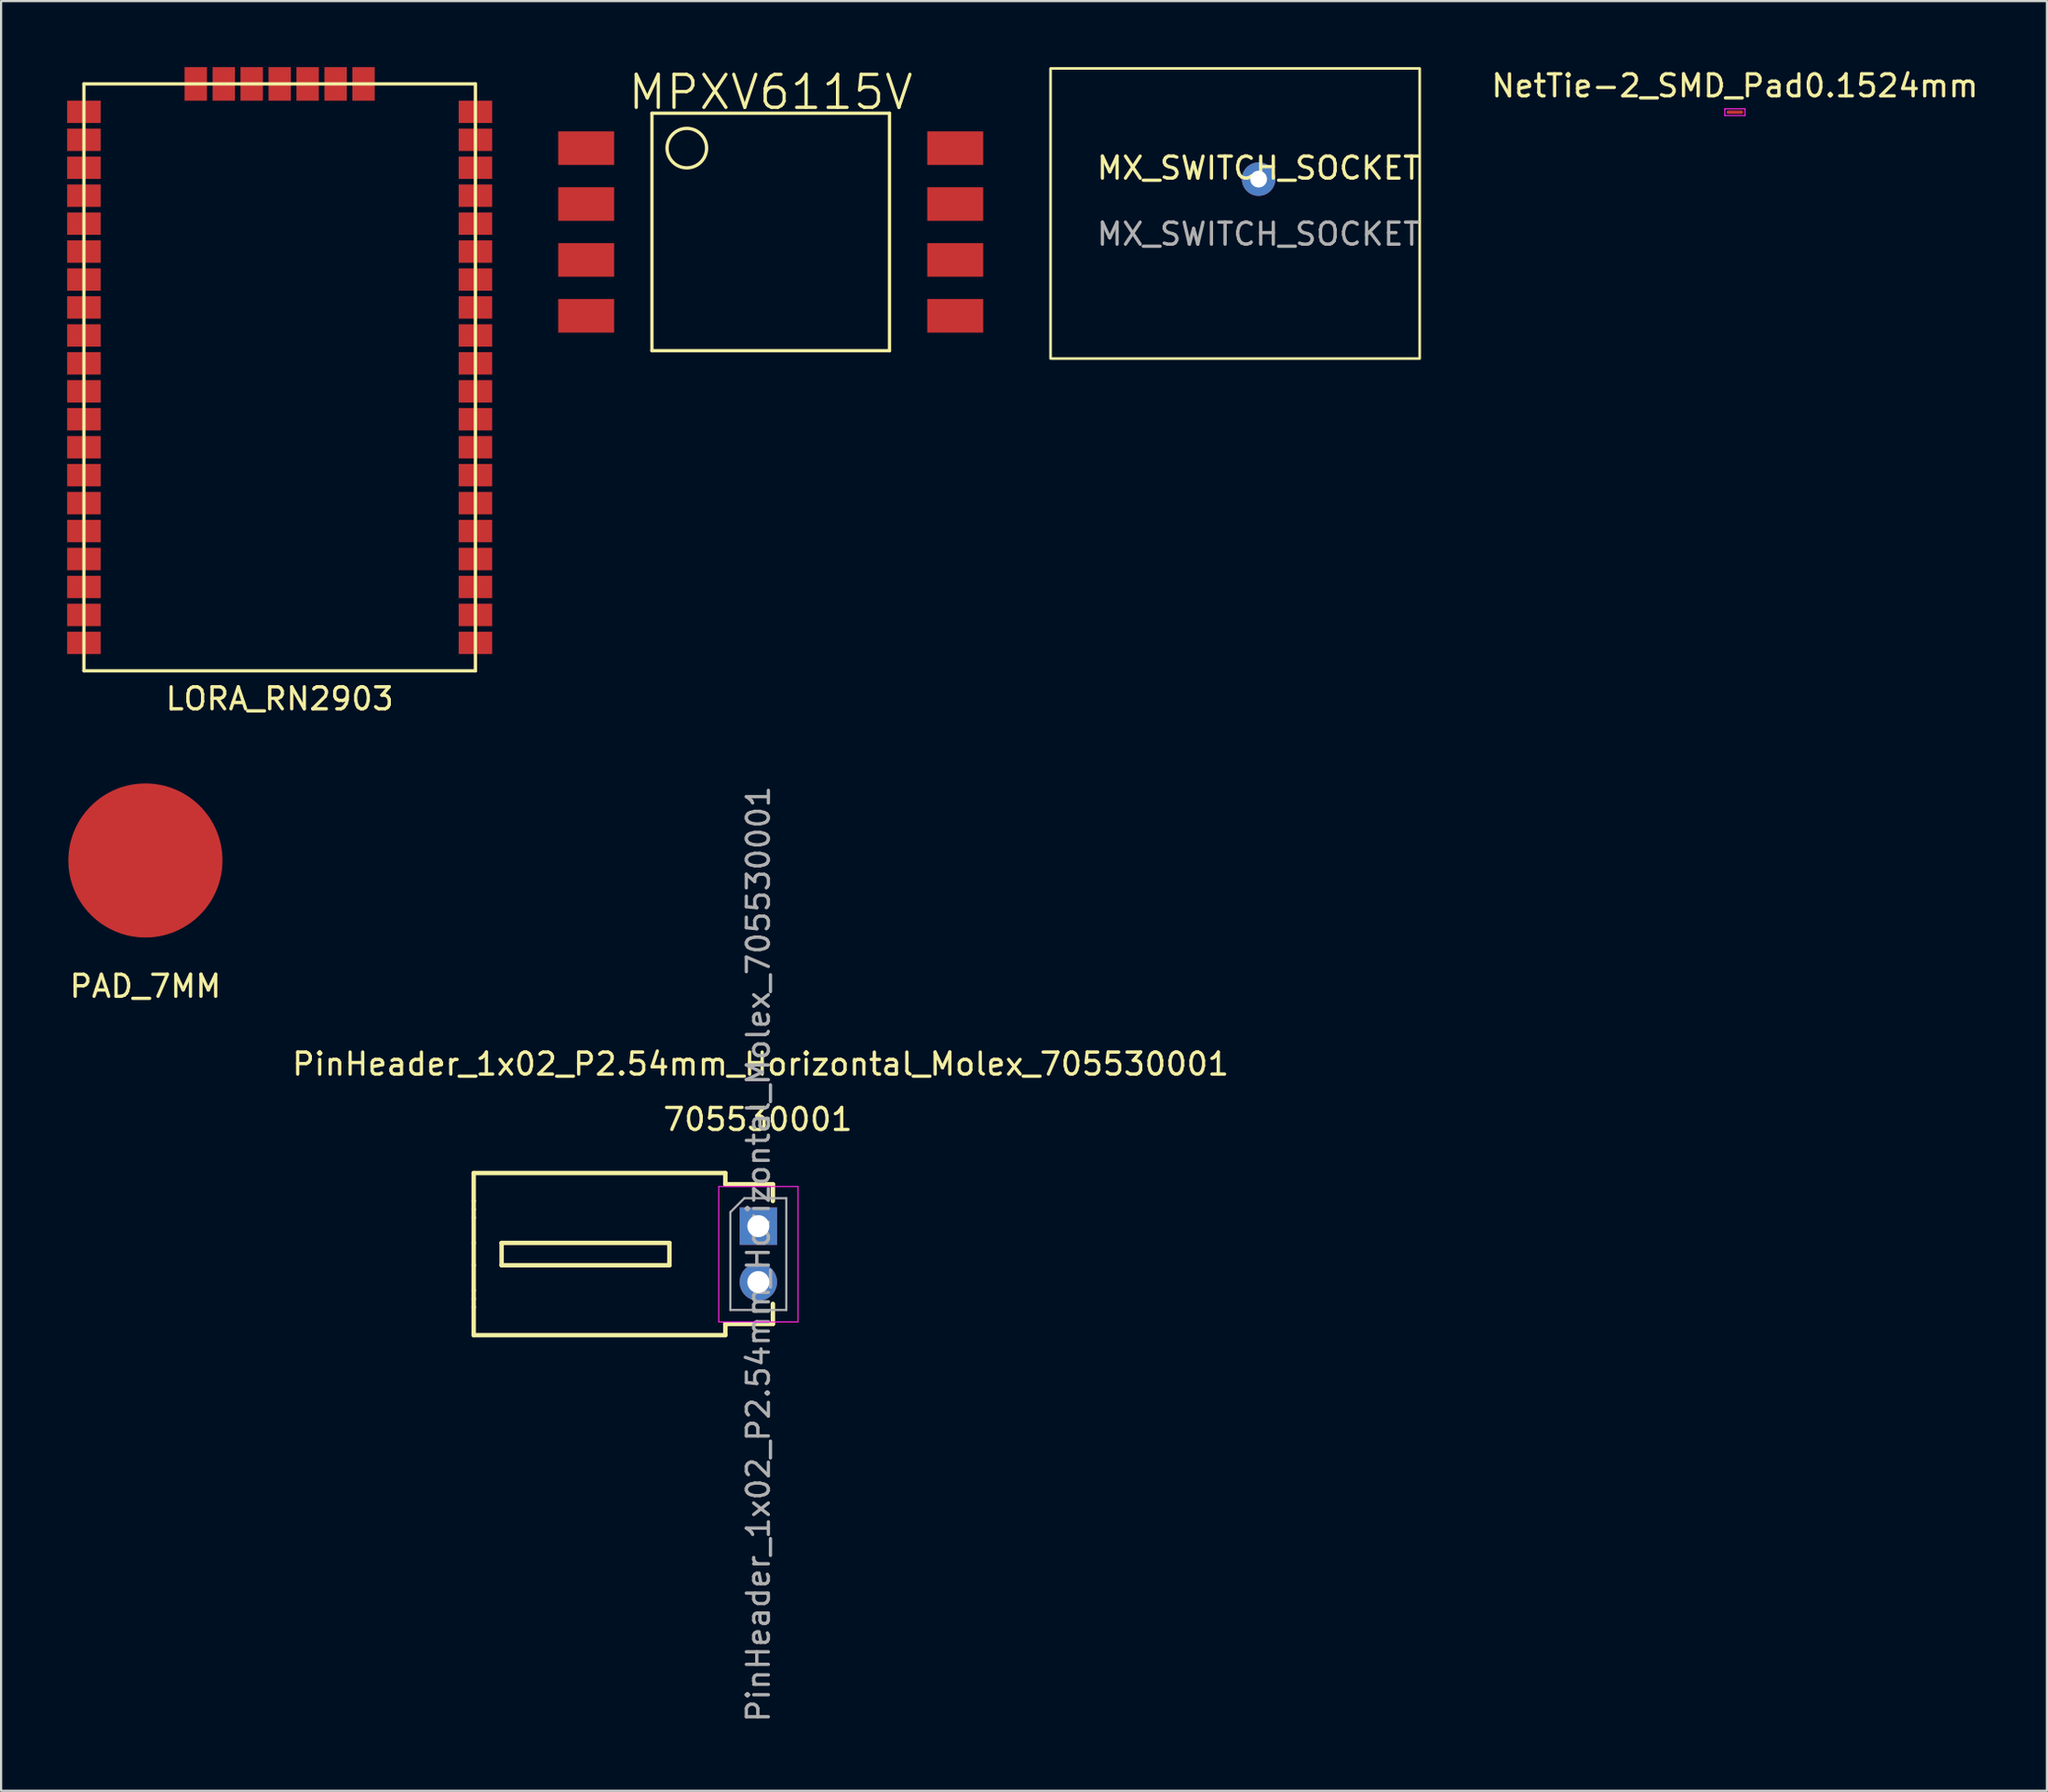
<source format=kicad_pcb>
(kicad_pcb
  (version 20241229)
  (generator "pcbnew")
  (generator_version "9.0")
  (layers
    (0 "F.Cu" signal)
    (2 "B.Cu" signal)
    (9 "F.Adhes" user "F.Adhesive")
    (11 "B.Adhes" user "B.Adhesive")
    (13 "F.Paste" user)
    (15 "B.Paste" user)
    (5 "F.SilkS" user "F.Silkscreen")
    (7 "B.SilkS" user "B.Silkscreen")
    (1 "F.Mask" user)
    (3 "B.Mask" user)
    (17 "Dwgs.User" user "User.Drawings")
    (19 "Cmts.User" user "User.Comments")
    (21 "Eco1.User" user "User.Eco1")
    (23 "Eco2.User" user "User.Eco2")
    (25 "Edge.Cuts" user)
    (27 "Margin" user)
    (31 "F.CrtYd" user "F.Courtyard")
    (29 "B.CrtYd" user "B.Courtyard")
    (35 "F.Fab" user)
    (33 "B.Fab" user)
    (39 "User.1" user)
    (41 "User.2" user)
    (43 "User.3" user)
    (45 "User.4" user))
  (footprint "PAD_7MM"
    (layer "F.Cu")
    (at 3.554 36.05)
    (property "Reference" "PAD_7MM" (at 0 5.715 0) (layer "F.SilkS") (effects (font (size 1 1) (thickness 0.15))))
    (attr through_hole)
    (pad "1" smd circle (at 0 0) (size 7 7) (layers "F.Cu" "F.Mask" "F.Paste")))
  (footprint "LORA_RN2903"
    (layer "F.Cu")
    (at 9.652 14.097)
    (property "Reference" "LORA_RN2903" (at 0 14.605 0) (layer "F.SilkS") (effects (font (size 1 1) (thickness 0.15))))
    (attr through_hole)
    (fp_line (start -8.89 -13.335) (end 8.89 -13.335) (stroke (width 0.15) (type solid)) (layer "F.SilkS"))
    (fp_line (start -8.89 13.335) (end -8.89 -13.335) (stroke (width 0.15) (type solid)) (layer "F.SilkS"))
    (fp_line (start 8.89 -13.335) (end 8.89 13.335) (stroke (width 0.15) (type solid)) (layer "F.SilkS"))
    (fp_line (start 8.89 13.335) (end -8.89 13.335) (stroke (width 0.15) (type solid)) (layer "F.SilkS"))
    (pad "1" smd rect (at 8.89 12.065 90) (size 1.016 1.524) (layers "F.Cu" "F.Mask" "F.Paste"))
    (pad "2" smd rect (at 8.89 10.795 90) (size 1.016 1.524) (layers "F.Cu" "F.Mask" "F.Paste"))
    (pad "3" smd rect (at 8.89 9.525 90) (size 1.016 1.524) (layers "F.Cu" "F.Mask" "F.Paste"))
    (pad "4" smd rect (at 8.89 8.255 90) (size 1.016 1.524) (layers "F.Cu" "F.Mask" "F.Paste"))
    (pad "5" smd rect (at 8.89 6.985 90) (size 1.016 1.524) (layers "F.Cu" "F.Mask" "F.Paste"))
    (pad "6" smd rect (at 8.89 5.715 90) (size 1.016 1.524) (layers "F.Cu" "F.Mask" "F.Paste"))
    (pad "7" smd rect (at 8.89 4.445 90) (size 1.016 1.524) (layers "F.Cu" "F.Mask" "F.Paste"))
    (pad "8" smd rect (at 8.89 3.175 90) (size 1.016 1.524) (layers "F.Cu" "F.Mask" "F.Paste"))
    (pad "9" smd rect (at 8.89 1.905 90) (size 1.016 1.524) (layers "F.Cu" "F.Mask" "F.Paste"))
    (pad "10" smd rect (at 8.89 0.635 90) (size 1.016 1.524) (layers "F.Cu" "F.Mask" "F.Paste"))
    (pad "11" smd rect (at 8.89 -0.635 90) (size 1.016 1.524) (layers "F.Cu" "F.Mask" "F.Paste"))
    (pad "12" smd rect (at 8.89 -1.905 90) (size 1.016 1.524) (layers "F.Cu" "F.Mask" "F.Paste"))
    (pad "13" smd rect (at 8.89 -3.175 90) (size 1.016 1.524) (layers "F.Cu" "F.Mask" "F.Paste"))
    (pad "14" smd rect (at 8.89 -4.445 90) (size 1.016 1.524) (layers "F.Cu" "F.Mask" "F.Paste"))
    (pad "15" smd rect (at 8.89 -5.715 90) (size 1.016 1.524) (layers "F.Cu" "F.Mask" "F.Paste"))
    (pad "16" smd rect (at 8.89 -6.985 90) (size 1.016 1.524) (layers "F.Cu" "F.Mask" "F.Paste"))
    (pad "17" smd rect (at 8.89 -8.255 90) (size 1.016 1.524) (layers "F.Cu" "F.Mask" "F.Paste"))
    (pad "18" smd rect (at 8.89 -9.525 90) (size 1.016 1.524) (layers "F.Cu" "F.Mask" "F.Paste"))
    (pad "19" smd rect (at 8.89 -10.795 90) (size 1.016 1.524) (layers "F.Cu" "F.Mask" "F.Paste"))
    (pad "20" smd rect (at 8.89 -12.065 90) (size 1.016 1.524) (layers "F.Cu" "F.Mask" "F.Paste"))
    (pad "21" smd rect (at 3.81 -13.335 180) (size 1.016 1.524) (layers "F.Cu" "F.Mask" "F.Paste"))
    (pad "22" smd rect (at 2.54 -13.335 180) (size 1.016 1.524) (layers "F.Cu" "F.Mask" "F.Paste"))
    (pad "23" smd rect (at 1.27 -13.335 180) (size 1.016 1.524) (layers "F.Cu" "F.Mask" "F.Paste"))
    (pad "24" smd rect (at 0 -13.335 180) (size 1.016 1.524) (layers "F.Cu" "F.Mask" "F.Paste"))
    (pad "25" smd rect (at -1.27 -13.335 180) (size 1.016 1.524) (layers "F.Cu" "F.Mask" "F.Paste"))
    (pad "26" smd rect (at -2.54 -13.335 180) (size 1.016 1.524) (layers "F.Cu" "F.Mask" "F.Paste"))
    (pad "27" smd rect (at -3.81 -13.335 180) (size 1.016 1.524) (layers "F.Cu" "F.Mask" "F.Paste"))
    (pad "28" smd rect (at -8.89 -12.065 90) (size 1.016 1.524) (layers "F.Cu" "F.Mask" "F.Paste"))
    (pad "29" smd rect (at -8.89 -10.795 90) (size 1.016 1.524) (layers "F.Cu" "F.Mask" "F.Paste"))
    (pad "30" smd rect (at -8.89 -9.525 90) (size 1.016 1.524) (layers "F.Cu" "F.Mask" "F.Paste"))
    (pad "31" smd rect (at -8.89 -8.255 90) (size 1.016 1.524) (layers "F.Cu" "F.Mask" "F.Paste"))
    (pad "32" smd rect (at -8.89 -6.985 90) (size 1.016 1.524) (layers "F.Cu" "F.Mask" "F.Paste"))
    (pad "33" smd rect (at -8.89 -5.715 90) (size 1.016 1.524) (layers "F.Cu" "F.Mask" "F.Paste"))
    (pad "34" smd rect (at -8.89 -4.445 90) (size 1.016 1.524) (layers "F.Cu" "F.Mask" "F.Paste"))
    (pad "35" smd rect (at -8.89 -3.175 90) (size 1.016 1.524) (layers "F.Cu" "F.Mask" "F.Paste"))
    (pad "36" smd rect (at -8.89 -1.905 90) (size 1.016 1.524) (layers "F.Cu" "F.Mask" "F.Paste"))
    (pad "37" smd rect (at -8.89 -0.635 90) (size 1.016 1.524) (layers "F.Cu" "F.Mask" "F.Paste"))
    (pad "38" smd rect (at -8.89 0.635 90) (size 1.016 1.524) (layers "F.Cu" "F.Mask" "F.Paste"))
    (pad "39" smd rect (at -8.89 1.905 90) (size 1.016 1.524) (layers "F.Cu" "F.Mask" "F.Paste"))
    (pad "40" smd rect (at -8.89 3.175 90) (size 1.016 1.524) (layers "F.Cu" "F.Mask" "F.Paste"))
    (pad "41" smd rect (at -8.89 4.445 90) (size 1.016 1.524) (layers "F.Cu" "F.Mask" "F.Paste"))
    (pad "42" smd rect (at -8.89 5.715 90) (size 1.016 1.524) (layers "F.Cu" "F.Mask" "F.Paste"))
    (pad "43" smd rect (at -8.89 6.985 90) (size 1.016 1.524) (layers "F.Cu" "F.Mask" "F.Paste"))
    (pad "44" smd rect (at -8.89 8.255 90) (size 1.016 1.524) (layers "F.Cu" "F.Mask" "F.Paste"))
    (pad "45" smd rect (at -8.89 9.525 90) (size 1.016 1.524) (layers "F.Cu" "F.Mask" "F.Paste"))
    (pad "46" smd rect (at -8.89 10.795 90) (size 1.016 1.524) (layers "F.Cu" "F.Mask" "F.Paste"))
    (pad "47" smd rect (at -8.89 12.065 90) (size 1.016 1.524) (layers "F.Cu" "F.Mask" "F.Paste")))
  (footprint "MPXV6115V"
    (layer "F.Cu")
    (at 31.954 7.491)
    (property "Reference" "MPXV6115V" (at 0 -6.35 0) (layer "F.SilkS") (effects (font (size 1.5 1.5) (thickness 0.15))))
    (attr through_hole)
    (fp_line (start -5.395 -5.395) (end 5.395 -5.395) (stroke (width 0.15) (type solid)) (layer "F.SilkS"))
    (fp_line (start -5.395 5.395) (end -5.395 -5.395) (stroke (width 0.15) (type solid)) (layer "F.SilkS"))
    (fp_line (start 5.395 -5.395) (end 5.395 5.395) (stroke (width 0.15) (type solid)) (layer "F.SilkS"))
    (fp_line (start 5.395 5.395) (end -5.395 5.395) (stroke (width 0.15) (type solid)) (layer "F.SilkS"))
    (fp_circle (center -3.81 -3.81) (end -3.175 -4.445) (stroke (width 0.15) (type solid)) (fill no) (layer "F.SilkS"))
    (pad "1" smd rect (at -8.38 -3.81) (size 2.54 1.524) (layers "F.Cu" "F.Mask" "F.Paste"))
    (pad "2" smd rect (at -8.38 -1.27) (size 2.54 1.524) (layers "F.Cu" "F.Mask" "F.Paste"))
    (pad "3" smd rect (at -8.38 1.27) (size 2.54 1.524) (layers "F.Cu" "F.Mask" "F.Paste"))
    (pad "4" smd rect (at -8.38 3.81) (size 2.54 1.524) (layers "F.Cu" "F.Mask" "F.Paste"))
    (pad "5" smd rect (at 8.38 3.81) (size 2.54 1.524) (layers "F.Cu" "F.Mask" "F.Paste"))
    (pad "6" smd rect (at 8.38 1.27) (size 2.54 1.524) (layers "F.Cu" "F.Mask" "F.Paste"))
    (pad "7" smd rect (at 8.38 -1.27) (size 2.54 1.524) (layers "F.Cu" "F.Mask" "F.Paste"))
    (pad "8" smd rect (at 8.38 -3.81) (size 2.54 1.524) (layers "F.Cu" "F.Mask" "F.Paste")))
  (footprint "MX_SWITCH_SOCKET"
    (layer "F.Cu")
    (at 54.113 5.089)
    (property "Reference" "MX_SWITCH_SOCKET" (at 0 -0.5 0) (unlocked yes) (layer "F.SilkS") (effects (font (size 1 1) (thickness 0.15))))
    (fp_rect (start -9.449 -5.029) (end 7.315 8.153) (stroke (width 0.12) (type solid)) (fill no) (layer "F.SilkS"))
    (fp_text user "${REFERENCE}" (at 0 2.5 0) (unlocked yes) (layer "F.Fab") (effects (font (size 1 1) (thickness 0.15))))
    (pad "1" thru_hole circle (at 0 0) (size 1.524 1.524) (drill 0.762) (layers "*.Cu" "*.Mask")))
  (footprint "PinHeader_1x02_P2.54mm_Horizontal_Molex_705530001"
    (layer "F.Cu")
    (at 31.392 52.667)
    (property "Reference" "PinHeader_1x02_P2.54mm_Horizontal_Molex_705530001" (at 0.102 -7.366 0) (layer "F.SilkS") (effects (font (size 1 1) (thickness 0.15))))
    (attr through_hole)
    (fp_line (start -12.929 -2.413) (end -1.499 -2.413) (stroke (width 0.2) (type solid)) (layer "F.SilkS"))
    (fp_line (start -12.929 -1.143) (end -12.929 -2.413) (stroke (width 0.2) (type solid)) (layer "F.SilkS"))
    (fp_line (start -12.929 -0.762) (end -12.929 -1.143) (stroke (width 0.2) (type solid)) (layer "F.SilkS"))
    (fp_line (start -12.929 -0.381) (end -12.929 -0.762) (stroke (width 0.2) (type solid)) (layer "F.SilkS"))
    (fp_line (start -12.929 0.762) (end -12.929 -0.381) (stroke (width 0.2) (type solid)) (layer "F.SilkS"))
    (fp_line (start -12.929 1.778) (end -12.929 0.762) (stroke (width 0.2) (type solid)) (layer "F.SilkS"))
    (fp_line (start -12.929 2.921) (end -12.929 1.778) (stroke (width 0.2) (type solid)) (layer "F.SilkS"))
    (fp_line (start -12.929 3.302) (end -12.929 2.921) (stroke (width 0.2) (type solid)) (layer "F.SilkS"))
    (fp_line (start -12.929 3.683) (end -12.929 3.302) (stroke (width 0.2) (type solid)) (layer "F.SilkS"))
    (fp_line (start -12.929 4.953) (end -12.929 3.683) (stroke (width 0.2) (type solid)) (layer "F.SilkS"))
    (fp_line (start -11.659 0.762) (end -11.659 1.778) (stroke (width 0.2) (type solid)) (layer "F.SilkS"))
    (fp_line (start -11.659 1.778) (end -4.039 1.778) (stroke (width 0.2) (type solid)) (layer "F.SilkS"))
    (fp_line (start -4.039 0.762) (end -11.659 0.762) (stroke (width 0.2) (type solid)) (layer "F.SilkS"))
    (fp_line (start -4.039 1.778) (end -4.039 0.762) (stroke (width 0.2) (type solid)) (layer "F.SilkS"))
    (fp_line (start -1.499 -2.413) (end -1.499 -1.905) (stroke (width 0.2) (type solid)) (layer "F.SilkS"))
    (fp_line (start -1.499 -1.905) (end 0.66 -1.905) (stroke (width 0.2) (type solid)) (layer "F.SilkS"))
    (fp_line (start -1.499 4.445) (end -1.499 4.953) (stroke (width 0.2) (type solid)) (layer "F.SilkS"))
    (fp_line (start -1.499 4.953) (end -12.929 4.953) (stroke (width 0.2) (type solid)) (layer "F.SilkS"))
    (fp_line (start 0.66 -1.905) (end 0.66 -1.143) (stroke (width 0.2) (type solid)) (layer "F.SilkS"))
    (fp_line (start 0.66 3.531) (end 0.66 4.445) (stroke (width 0.2) (type solid)) (layer "F.SilkS"))
    (fp_line (start 0.66 4.445) (end -1.499 4.445) (stroke (width 0.2) (type solid)) (layer "F.SilkS"))
    (fp_line (start -1.8 -1.8) (end -1.8 4.35) (stroke (width 0.05) (type solid)) (layer "F.CrtYd"))
    (fp_line (start -1.8 4.35) (end 1.8 4.35) (stroke (width 0.05) (type solid)) (layer "F.CrtYd"))
    (fp_line (start 1.8 -1.8) (end -1.8 -1.8) (stroke (width 0.05) (type solid)) (layer "F.CrtYd"))
    (fp_line (start 1.8 4.35) (end 1.8 -1.8) (stroke (width 0.05) (type solid)) (layer "F.CrtYd"))
    (fp_line (start -1.27 -0.635) (end -0.635 -1.27) (stroke (width 0.1) (type solid)) (layer "F.Fab"))
    (fp_line (start -1.27 3.81) (end -1.27 -0.635) (stroke (width 0.1) (type solid)) (layer "F.Fab"))
    (fp_line (start -0.635 -1.27) (end 1.27 -1.27) (stroke (width 0.1) (type solid)) (layer "F.Fab"))
    (fp_line (start 1.27 -1.27) (end 1.27 3.81) (stroke (width 0.1) (type solid)) (layer "F.Fab"))
    (fp_line (start 1.27 3.81) (end -1.27 3.81) (stroke (width 0.1) (type solid)) (layer "F.Fab"))
    (fp_text user "705530001" (at -0.025 -4.851 0) (layer "F.SilkS") (effects (font (size 1 1) (thickness 0.15))))
    (fp_text user "${REFERENCE}" (at 0 1.27 90) (layer "F.Fab") (effects (font (size 1 1) (thickness 0.15))))
    (pad "1" thru_hole rect (at 0 0) (size 1.7 1.7) (drill 1) (layers "*.Cu" "*.Mask"))
    (pad "2" thru_hole oval (at 0 2.54) (size 1.7 1.7) (drill 1) (layers "*.Cu" "*.Mask")))
  (footprint "NetTie-2_SMD_Pad0.1524mm"
    (layer "F.Cu")
    (at 75.744 2.048)
    (property "Reference" "NetTie-2_SMD_Pad0.1524mm" (at 0 -1.2 0) (layer "F.SilkS") (effects (font (size 1 1) (thickness 0.15))))
    (attr exclude_from_pos_files exclude_from_bom)
    (fp_poly (pts (xy -0.3 -0.076) (xy 0.3 -0.076) (xy 0.3 0.076) (xy -0.3 0.076)) (stroke (width 0) (type solid)) (fill yes) (layer "F.Cu"))
    (fp_line (start -0.457 -0.152) (end -0.457 0.152) (stroke (width 0.05) (type solid)) (layer "F.CrtYd"))
    (fp_line (start -0.457 0.152) (end 0.457 0.152) (stroke (width 0.05) (type solid)) (layer "F.CrtYd"))
    (fp_line (start 0.457 -0.152) (end -0.457 -0.152) (stroke (width 0.05) (type solid)) (layer "F.CrtYd"))
    (fp_line (start 0.457 0.152) (end 0.457 -0.152) (stroke (width 0.05) (type solid)) (layer "F.CrtYd"))
    (pad "1" smd circle (at -0.3 0) (size 0.152 0.152) (layers "F.Cu"))
    (pad "2" smd circle (at 0.3 0) (size 0.152 0.152) (layers "F.Cu")))
  (gr_rect
    (start -3 -3)
    (end 89.916 78.324)
    (stroke (width 0.1) (type default))
    (fill no)
    (layer "Edge.Cuts")))
</source>
